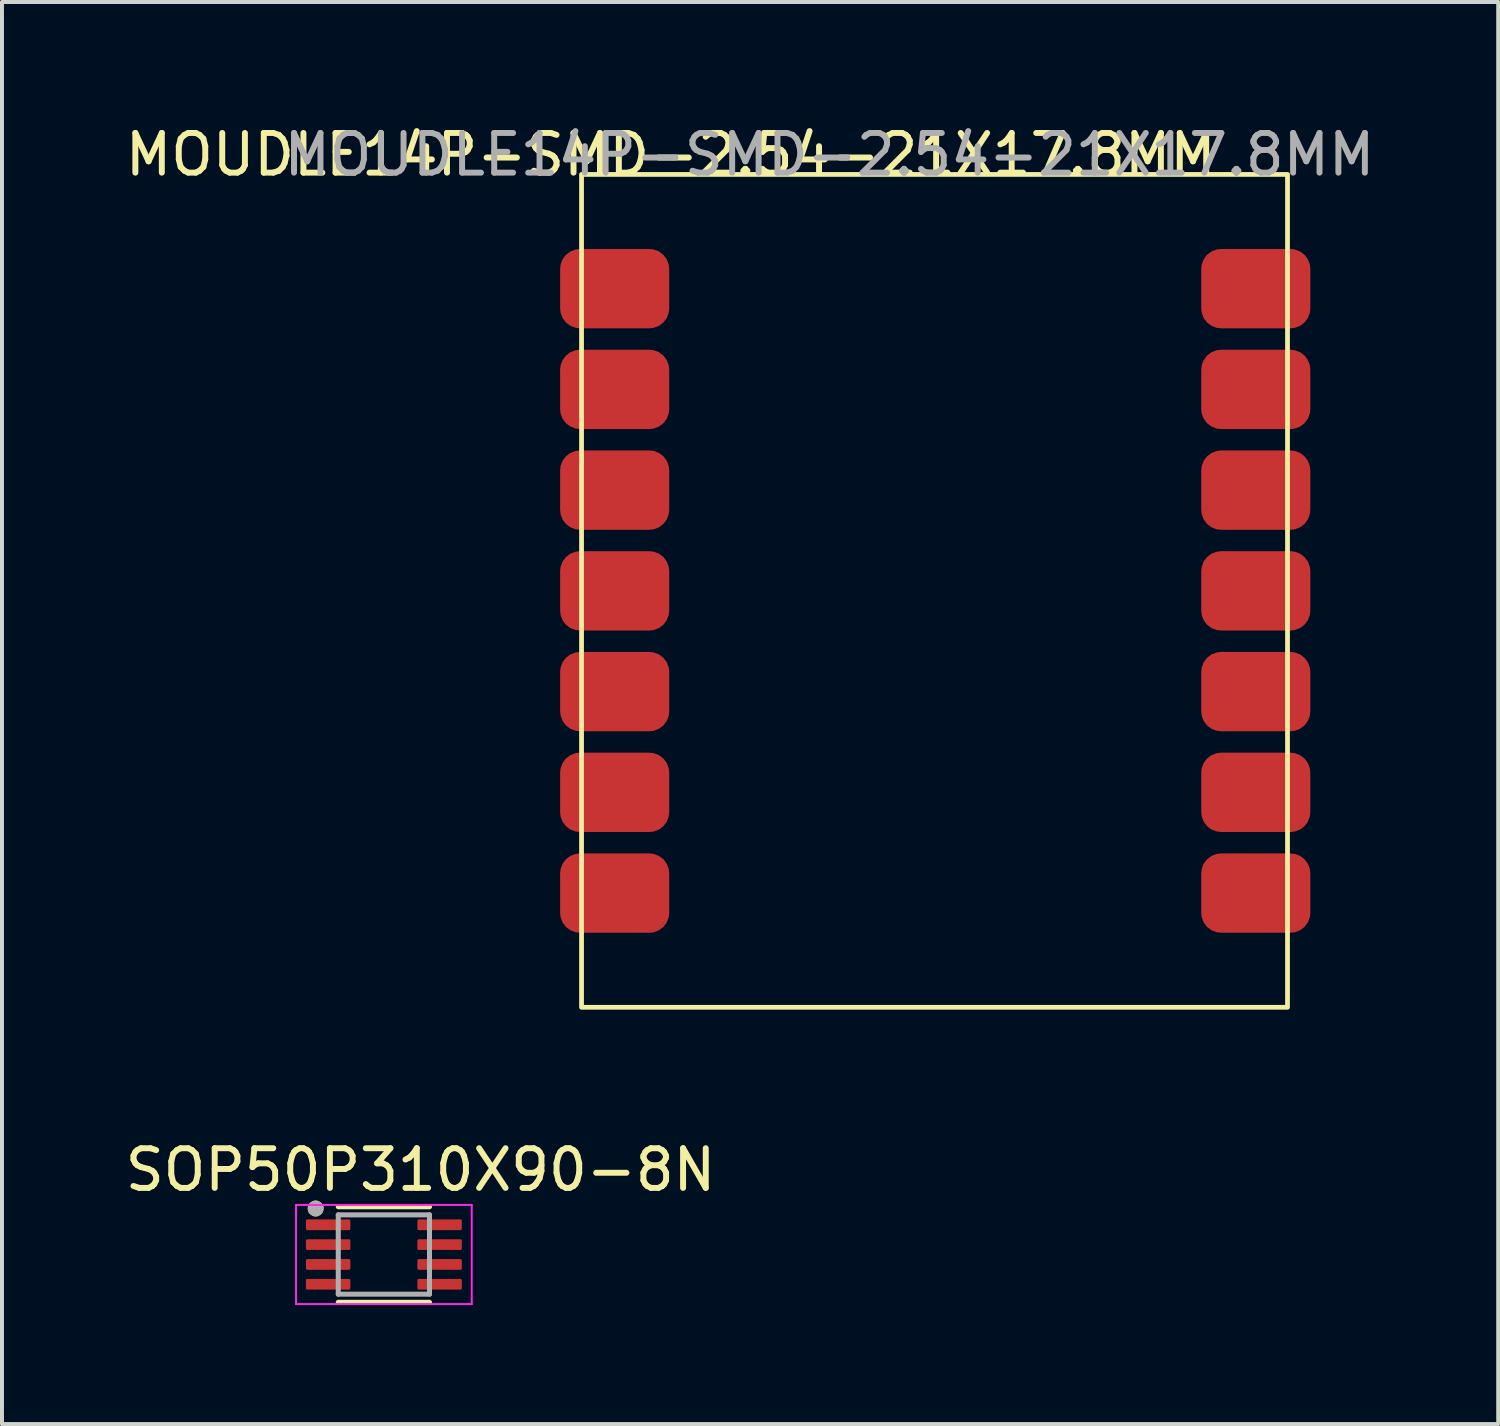
<source format=kicad_pcb>
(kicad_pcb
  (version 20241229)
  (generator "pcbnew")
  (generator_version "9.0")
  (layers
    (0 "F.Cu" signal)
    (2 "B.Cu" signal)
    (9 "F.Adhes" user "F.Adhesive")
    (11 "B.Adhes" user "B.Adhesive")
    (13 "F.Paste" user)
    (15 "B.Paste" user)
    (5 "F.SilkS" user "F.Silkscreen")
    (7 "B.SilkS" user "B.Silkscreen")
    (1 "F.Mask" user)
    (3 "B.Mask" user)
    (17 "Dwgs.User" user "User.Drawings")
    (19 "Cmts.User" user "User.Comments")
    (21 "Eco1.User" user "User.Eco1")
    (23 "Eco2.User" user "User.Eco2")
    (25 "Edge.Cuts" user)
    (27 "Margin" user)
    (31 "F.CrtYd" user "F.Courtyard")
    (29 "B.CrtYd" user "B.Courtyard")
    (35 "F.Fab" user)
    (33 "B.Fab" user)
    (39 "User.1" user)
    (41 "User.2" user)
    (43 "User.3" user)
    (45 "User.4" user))
  (footprint "SOP50P310X90-8N"
    (layer "F.Cu")
    (at 6.629 28.581)
    (property "Reference" "SOP50P310X90-8N" (at 0.925 -2.135 0) (layer "F.SilkS") (effects (font (size 1 1) (thickness 0.15))))
    (attr smd)
    (fp_line (start -1.15 -1.205) (end 1.15 -1.205) (stroke (width 0.127) (type solid)) (layer "F.SilkS"))
    (fp_line (start -1.15 1.205) (end 1.15 1.205) (stroke (width 0.127) (type solid)) (layer "F.SilkS"))
    (fp_circle (center -1.72 -1.16) (end -1.62 -1.16) (stroke (width 0.2) (type solid)) (fill no) (layer "F.SilkS"))
    (fp_line (start -2.215 -1.25) (end -2.215 1.25) (stroke (width 0.05) (type solid)) (layer "F.CrtYd"))
    (fp_line (start -2.215 -1.25) (end 2.215 -1.25) (stroke (width 0.05) (type solid)) (layer "F.CrtYd"))
    (fp_line (start -2.215 1.25) (end 2.215 1.25) (stroke (width 0.05) (type solid)) (layer "F.CrtYd"))
    (fp_line (start 2.215 -1.25) (end 2.215 1.25) (stroke (width 0.05) (type solid)) (layer "F.CrtYd"))
    (fp_line (start -1.15 -1) (end -1.15 1) (stroke (width 0.127) (type solid)) (layer "F.Fab"))
    (fp_line (start -1.15 -1) (end 1.15 -1) (stroke (width 0.127) (type solid)) (layer "F.Fab"))
    (fp_line (start -1.15 1) (end 1.15 1) (stroke (width 0.127) (type solid)) (layer "F.Fab"))
    (fp_line (start 1.15 -1) (end 1.15 1) (stroke (width 0.127) (type solid)) (layer "F.Fab"))
    (fp_circle (center -1.72 -1.16) (end -1.62 -1.16) (stroke (width 0.2) (type solid)) (fill no) (layer "F.Fab"))
    (pad "1" smd roundrect (at -1.405 -0.75) (size 1.12 0.27) (layers "F.Cu" "F.Mask" "F.Paste") (roundrect_rratio 0.125))
    (pad "2" smd roundrect (at -1.405 -0.25) (size 1.12 0.27) (layers "F.Cu" "F.Mask" "F.Paste") (roundrect_rratio 0.125))
    (pad "3" smd roundrect (at -1.405 0.25) (size 1.12 0.27) (layers "F.Cu" "F.Mask" "F.Paste") (roundrect_rratio 0.125))
    (pad "4" smd roundrect (at -1.405 0.75) (size 1.12 0.27) (layers "F.Cu" "F.Mask" "F.Paste") (roundrect_rratio 0.125))
    (pad "5" smd roundrect (at 1.405 0.75) (size 1.12 0.27) (layers "F.Cu" "F.Mask" "F.Paste") (roundrect_rratio 0.125))
    (pad "6" smd roundrect (at 1.405 0.25) (size 1.12 0.27) (layers "F.Cu" "F.Mask" "F.Paste") (roundrect_rratio 0.125))
    (pad "7" smd roundrect (at 1.405 -0.25) (size 1.12 0.27) (layers "F.Cu" "F.Mask" "F.Paste") (roundrect_rratio 0.125))
    (pad "8" smd roundrect (at 1.405 -0.75) (size 1.12 0.27) (layers "F.Cu" "F.Mask" "F.Paste") (roundrect_rratio 0.125)))
  (footprint "MOUDLE14P-SMD-2.54-21X17.8MM"
    (layer "F.Cu")
    (at 11.613 22.348)
    (property "Reference" "MOUDLE14P-SMD-2.54-21X17.8MM" (at 2.25 -21.5 0) (unlocked yes) (layer "F.SilkS") (effects (font (size 1 1) (thickness 0.15))))
    (attr smd)
    (fp_rect (start 0 -21) (end 17.8 0) (stroke (width 0.12) (type solid)) (fill no) (layer "F.SilkS"))
    (fp_text user "${REFERENCE}" (at 6.25 -21.5 0) (unlocked yes) (layer "F.Fab") (effects (font (size 1 1) (thickness 0.15))))
    (pad "1" smd roundrect (at 0.835 -18.12) (size 2.75 2) (layers "F.Cu" "F.Mask" "F.Paste") (roundrect_rratio 0.25))
    (pad "2" smd roundrect (at 0.835 -15.58) (size 2.75 2) (layers "F.Cu" "F.Mask" "F.Paste") (roundrect_rratio 0.25))
    (pad "3" smd roundrect (at 0.835 -13.04) (size 2.75 2) (layers "F.Cu" "F.Mask" "F.Paste") (roundrect_rratio 0.25))
    (pad "4" smd roundrect (at 0.835 -10.5) (size 2.75 2) (layers "F.Cu" "F.Mask" "F.Paste") (roundrect_rratio 0.25))
    (pad "5" smd roundrect (at 0.835 -7.96) (size 2.75 2) (layers "F.Cu" "F.Mask" "F.Paste") (roundrect_rratio 0.25))
    (pad "6" smd roundrect (at 0.835 -5.42) (size 2.75 2) (layers "F.Cu" "F.Mask" "F.Paste") (roundrect_rratio 0.25))
    (pad "7" smd roundrect (at 0.835 -2.88) (size 2.75 2) (layers "F.Cu" "F.Mask" "F.Paste") (roundrect_rratio 0.25))
    (pad "8" smd roundrect (at 17 -2.88) (size 2.75 2) (layers "F.Cu" "F.Mask" "F.Paste") (roundrect_rratio 0.25))
    (pad "9" smd roundrect (at 17 -5.42) (size 2.75 2) (layers "F.Cu" "F.Mask" "F.Paste") (roundrect_rratio 0.25))
    (pad "10" smd roundrect (at 17 -7.96) (size 2.75 2) (layers "F.Cu" "F.Mask" "F.Paste") (roundrect_rratio 0.25))
    (pad "11" smd roundrect (at 17 -10.5) (size 2.75 2) (layers "F.Cu" "F.Mask" "F.Paste") (roundrect_rratio 0.25))
    (pad "12" smd roundrect (at 17 -13.04) (size 2.75 2) (layers "F.Cu" "F.Mask" "F.Paste") (roundrect_rratio 0.25))
    (pad "13" smd roundrect (at 17 -15.58) (size 2.75 2) (layers "F.Cu" "F.Mask" "F.Paste") (roundrect_rratio 0.25))
    (pad "14" smd roundrect (at 17 -18.12) (size 2.75 2) (layers "F.Cu" "F.Mask" "F.Paste") (roundrect_rratio 0.25)))
  (gr_rect
    (start -3 -3)
    (end 34.726 32.856)
    (stroke (width 0.1) (type default))
    (fill no)
    (layer "Edge.Cuts")))
</source>
